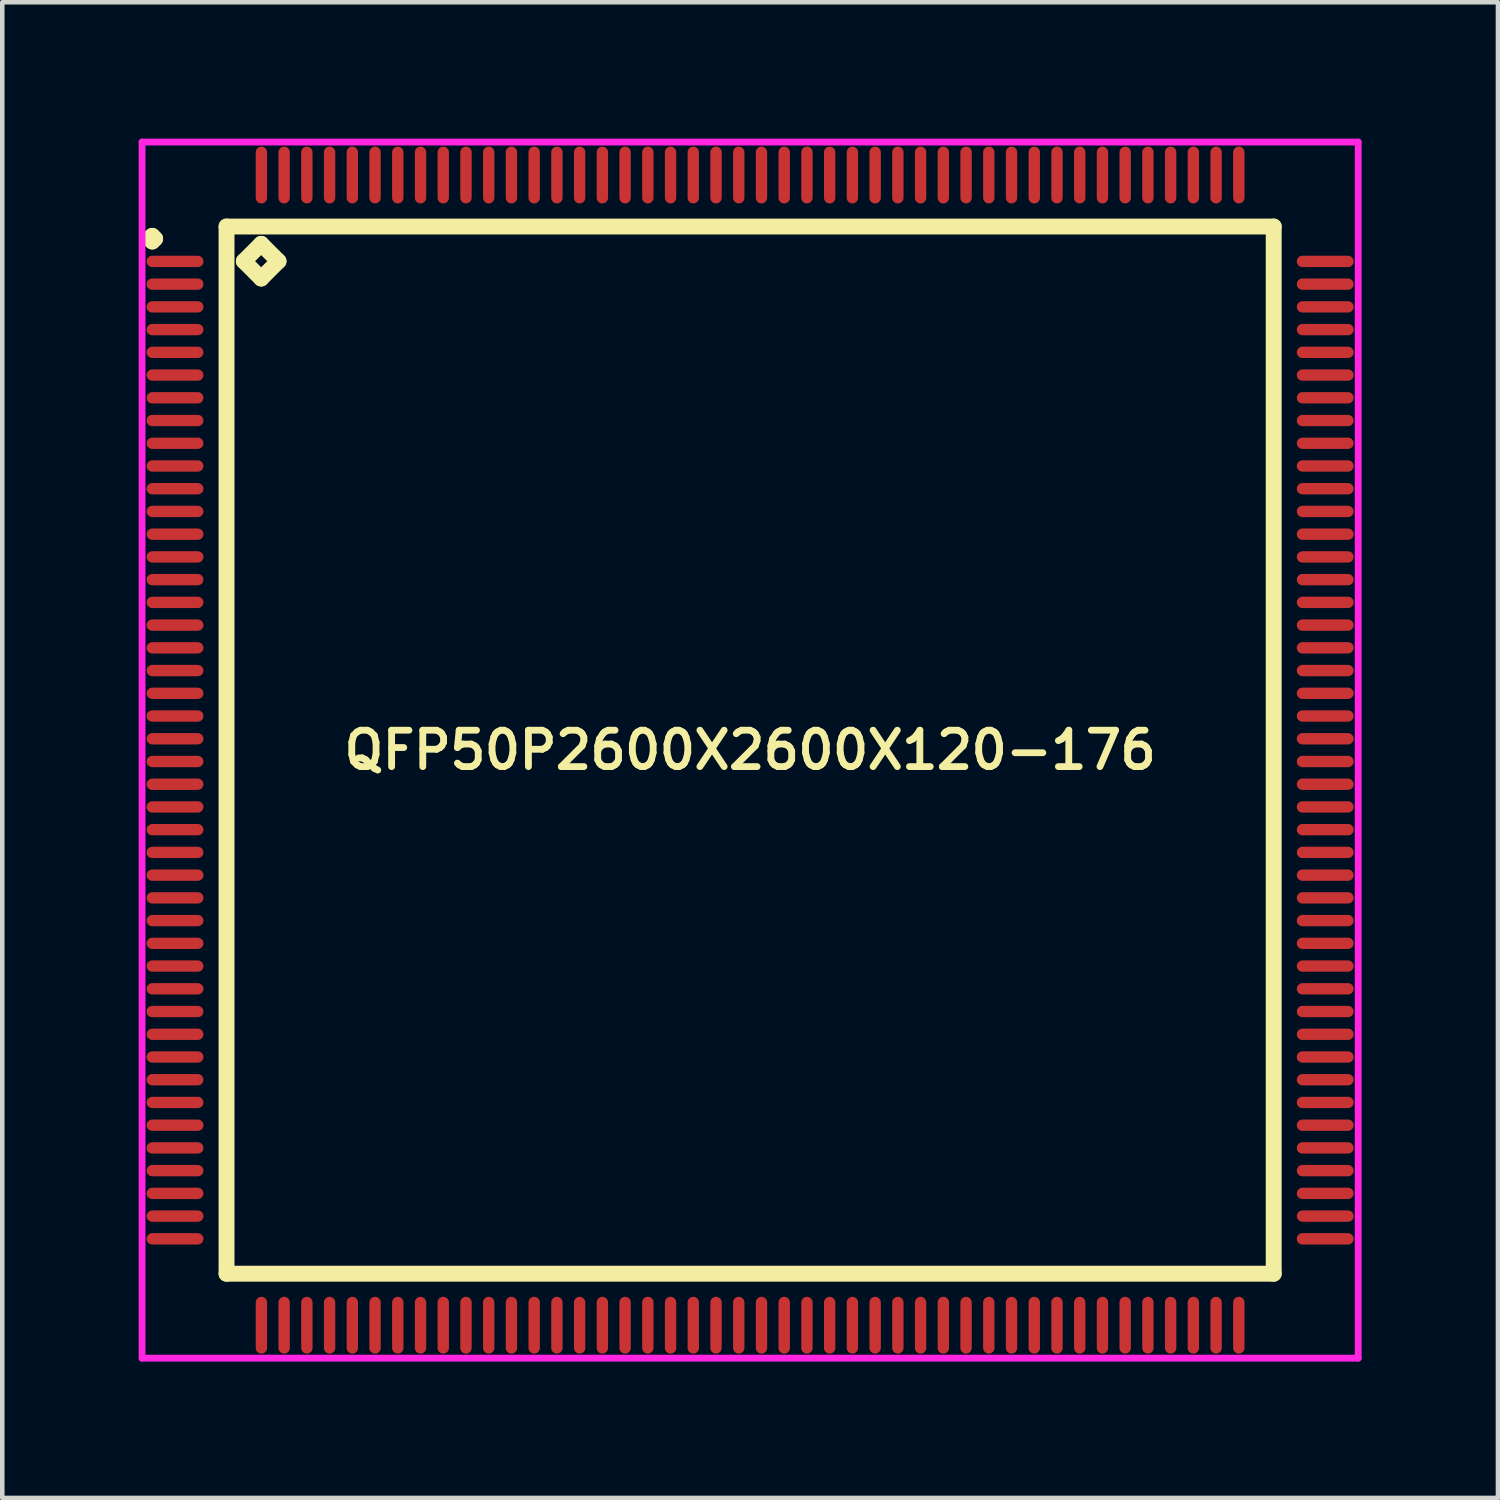
<source format=kicad_pcb>
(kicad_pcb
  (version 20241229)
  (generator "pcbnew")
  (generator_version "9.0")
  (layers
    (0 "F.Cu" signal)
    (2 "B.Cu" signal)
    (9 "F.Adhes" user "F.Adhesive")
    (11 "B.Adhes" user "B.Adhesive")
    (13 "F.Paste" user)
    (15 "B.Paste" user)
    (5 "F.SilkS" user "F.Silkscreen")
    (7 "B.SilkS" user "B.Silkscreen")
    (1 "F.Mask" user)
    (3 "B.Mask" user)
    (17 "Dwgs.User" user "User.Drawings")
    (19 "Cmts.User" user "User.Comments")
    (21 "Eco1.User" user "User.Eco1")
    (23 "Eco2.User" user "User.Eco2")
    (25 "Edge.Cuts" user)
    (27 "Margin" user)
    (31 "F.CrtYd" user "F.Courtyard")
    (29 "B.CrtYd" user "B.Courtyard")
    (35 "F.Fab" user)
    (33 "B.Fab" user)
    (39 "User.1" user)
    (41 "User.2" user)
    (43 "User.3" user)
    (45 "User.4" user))
  (footprint "QFP50P2600X2600X120-176"
    (layer "F.Cu")
    (at 13.45 13.45)
    (property "Reference" "QFP50P2600X2600X120-176" (at 0 0 0) (layer "F.SilkS") (effects (font (size 0.8 0.8) (thickness 0.15))))
    (attr smd)
    (fp_line (start -13.213 -11.25) (end -13.15 -11.312) (stroke (width 0.35) (type solid)) (layer "F.SilkS"))
    (fp_line (start -13.15 -11.312) (end -13.088 -11.25) (stroke (width 0.35) (type solid)) (layer "F.SilkS"))
    (fp_line (start -13.15 -11.188) (end -13.213 -11.25) (stroke (width 0.35) (type solid)) (layer "F.SilkS"))
    (fp_line (start -13.088 -11.25) (end -13.15 -11.188) (stroke (width 0.35) (type solid)) (layer "F.SilkS"))
    (fp_line (start -11.517 -11.517) (end -11.517 11.517) (stroke (width 0.35) (type solid)) (layer "F.SilkS"))
    (fp_line (start -11.517 11.517) (end 11.517 11.517) (stroke (width 0.35) (type solid)) (layer "F.SilkS"))
    (fp_line (start -11.136 -10.755) (end -10.755 -11.136) (stroke (width 0.35) (type solid)) (layer "F.SilkS"))
    (fp_line (start -10.755 -11.136) (end -10.374 -10.755) (stroke (width 0.35) (type solid)) (layer "F.SilkS"))
    (fp_line (start -10.755 -10.374) (end -11.136 -10.755) (stroke (width 0.35) (type solid)) (layer "F.SilkS"))
    (fp_line (start -10.374 -10.755) (end -10.755 -10.374) (stroke (width 0.35) (type solid)) (layer "F.SilkS"))
    (fp_line (start 11.517 -11.517) (end -11.517 -11.517) (stroke (width 0.35) (type solid)) (layer "F.SilkS"))
    (fp_line (start 11.517 11.517) (end 11.517 -11.517) (stroke (width 0.35) (type solid)) (layer "F.SilkS"))
    (fp_line (start -13.375 -13.375) (end 13.375 -13.375) (stroke (width 0.15) (type solid)) (layer "F.CrtYd"))
    (fp_line (start -13.375 13.375) (end -13.375 -13.375) (stroke (width 0.15) (type solid)) (layer "F.CrtYd"))
    (fp_line (start 13.375 -13.375) (end 13.375 13.375) (stroke (width 0.15) (type solid)) (layer "F.CrtYd"))
    (fp_line (start 13.375 13.375) (end -13.375 13.375) (stroke (width 0.15) (type solid)) (layer "F.CrtYd"))
    (pad "1" smd oval (at -12.65 -10.75) (size 1.25 0.25) (layers "F.Cu" "F.Mask" "F.Paste"))
    (pad "2" smd oval (at -12.65 -10.25) (size 1.25 0.25) (layers "F.Cu" "F.Mask" "F.Paste"))
    (pad "3" smd oval (at -12.65 -9.75) (size 1.25 0.25) (layers "F.Cu" "F.Mask" "F.Paste"))
    (pad "4" smd oval (at -12.65 -9.25) (size 1.25 0.25) (layers "F.Cu" "F.Mask" "F.Paste"))
    (pad "5" smd oval (at -12.65 -8.75) (size 1.25 0.25) (layers "F.Cu" "F.Mask" "F.Paste"))
    (pad "6" smd oval (at -12.65 -8.25) (size 1.25 0.25) (layers "F.Cu" "F.Mask" "F.Paste"))
    (pad "7" smd oval (at -12.65 -7.75) (size 1.25 0.25) (layers "F.Cu" "F.Mask" "F.Paste"))
    (pad "8" smd oval (at -12.65 -7.25) (size 1.25 0.25) (layers "F.Cu" "F.Mask" "F.Paste"))
    (pad "9" smd oval (at -12.65 -6.75) (size 1.25 0.25) (layers "F.Cu" "F.Mask" "F.Paste"))
    (pad "10" smd oval (at -12.65 -6.25) (size 1.25 0.25) (layers "F.Cu" "F.Mask" "F.Paste"))
    (pad "11" smd oval (at -12.65 -5.75) (size 1.25 0.25) (layers "F.Cu" "F.Mask" "F.Paste"))
    (pad "12" smd oval (at -12.65 -5.25) (size 1.25 0.25) (layers "F.Cu" "F.Mask" "F.Paste"))
    (pad "13" smd oval (at -12.65 -4.75) (size 1.25 0.25) (layers "F.Cu" "F.Mask" "F.Paste"))
    (pad "14" smd oval (at -12.65 -4.25) (size 1.25 0.25) (layers "F.Cu" "F.Mask" "F.Paste"))
    (pad "15" smd oval (at -12.65 -3.75) (size 1.25 0.25) (layers "F.Cu" "F.Mask" "F.Paste"))
    (pad "16" smd oval (at -12.65 -3.25) (size 1.25 0.25) (layers "F.Cu" "F.Mask" "F.Paste"))
    (pad "17" smd oval (at -12.65 -2.75) (size 1.25 0.25) (layers "F.Cu" "F.Mask" "F.Paste"))
    (pad "18" smd oval (at -12.65 -2.25) (size 1.25 0.25) (layers "F.Cu" "F.Mask" "F.Paste"))
    (pad "19" smd oval (at -12.65 -1.75) (size 1.25 0.25) (layers "F.Cu" "F.Mask" "F.Paste"))
    (pad "20" smd oval (at -12.65 -1.25) (size 1.25 0.25) (layers "F.Cu" "F.Mask" "F.Paste"))
    (pad "21" smd oval (at -12.65 -0.75) (size 1.25 0.25) (layers "F.Cu" "F.Mask" "F.Paste"))
    (pad "22" smd oval (at -12.65 -0.25) (size 1.25 0.25) (layers "F.Cu" "F.Mask" "F.Paste"))
    (pad "23" smd oval (at -12.65 0.25) (size 1.25 0.25) (layers "F.Cu" "F.Mask" "F.Paste"))
    (pad "24" smd oval (at -12.65 0.75) (size 1.25 0.25) (layers "F.Cu" "F.Mask" "F.Paste"))
    (pad "25" smd oval (at -12.65 1.25) (size 1.25 0.25) (layers "F.Cu" "F.Mask" "F.Paste"))
    (pad "26" smd oval (at -12.65 1.75) (size 1.25 0.25) (layers "F.Cu" "F.Mask" "F.Paste"))
    (pad "27" smd oval (at -12.65 2.25) (size 1.25 0.25) (layers "F.Cu" "F.Mask" "F.Paste"))
    (pad "28" smd oval (at -12.65 2.75) (size 1.25 0.25) (layers "F.Cu" "F.Mask" "F.Paste"))
    (pad "29" smd oval (at -12.65 3.25) (size 1.25 0.25) (layers "F.Cu" "F.Mask" "F.Paste"))
    (pad "30" smd oval (at -12.65 3.75) (size 1.25 0.25) (layers "F.Cu" "F.Mask" "F.Paste"))
    (pad "31" smd oval (at -12.65 4.25) (size 1.25 0.25) (layers "F.Cu" "F.Mask" "F.Paste"))
    (pad "32" smd oval (at -12.65 4.75) (size 1.25 0.25) (layers "F.Cu" "F.Mask" "F.Paste"))
    (pad "33" smd oval (at -12.65 5.25) (size 1.25 0.25) (layers "F.Cu" "F.Mask" "F.Paste"))
    (pad "34" smd oval (at -12.65 5.75) (size 1.25 0.25) (layers "F.Cu" "F.Mask" "F.Paste"))
    (pad "35" smd oval (at -12.65 6.25) (size 1.25 0.25) (layers "F.Cu" "F.Mask" "F.Paste"))
    (pad "36" smd oval (at -12.65 6.75) (size 1.25 0.25) (layers "F.Cu" "F.Mask" "F.Paste"))
    (pad "37" smd oval (at -12.65 7.25) (size 1.25 0.25) (layers "F.Cu" "F.Mask" "F.Paste"))
    (pad "38" smd oval (at -12.65 7.75) (size 1.25 0.25) (layers "F.Cu" "F.Mask" "F.Paste"))
    (pad "39" smd oval (at -12.65 8.25) (size 1.25 0.25) (layers "F.Cu" "F.Mask" "F.Paste"))
    (pad "40" smd oval (at -12.65 8.75) (size 1.25 0.25) (layers "F.Cu" "F.Mask" "F.Paste"))
    (pad "41" smd oval (at -12.65 9.25) (size 1.25 0.25) (layers "F.Cu" "F.Mask" "F.Paste"))
    (pad "42" smd oval (at -12.65 9.75) (size 1.25 0.25) (layers "F.Cu" "F.Mask" "F.Paste"))
    (pad "43" smd oval (at -12.65 10.25) (size 1.25 0.25) (layers "F.Cu" "F.Mask" "F.Paste"))
    (pad "44" smd oval (at -12.65 10.75) (size 1.25 0.25) (layers "F.Cu" "F.Mask" "F.Paste"))
    (pad "45" smd oval (at -10.75 12.65) (size 0.25 1.25) (layers "F.Cu" "F.Mask" "F.Paste"))
    (pad "46" smd oval (at -10.25 12.65) (size 0.25 1.25) (layers "F.Cu" "F.Mask" "F.Paste"))
    (pad "47" smd oval (at -9.75 12.65) (size 0.25 1.25) (layers "F.Cu" "F.Mask" "F.Paste"))
    (pad "48" smd oval (at -9.25 12.65) (size 0.25 1.25) (layers "F.Cu" "F.Mask" "F.Paste"))
    (pad "49" smd oval (at -8.75 12.65) (size 0.25 1.25) (layers "F.Cu" "F.Mask" "F.Paste"))
    (pad "50" smd oval (at -8.25 12.65) (size 0.25 1.25) (layers "F.Cu" "F.Mask" "F.Paste"))
    (pad "51" smd oval (at -7.75 12.65) (size 0.25 1.25) (layers "F.Cu" "F.Mask" "F.Paste"))
    (pad "52" smd oval (at -7.25 12.65) (size 0.25 1.25) (layers "F.Cu" "F.Mask" "F.Paste"))
    (pad "53" smd oval (at -6.75 12.65) (size 0.25 1.25) (layers "F.Cu" "F.Mask" "F.Paste"))
    (pad "54" smd oval (at -6.25 12.65) (size 0.25 1.25) (layers "F.Cu" "F.Mask" "F.Paste"))
    (pad "55" smd oval (at -5.75 12.65) (size 0.25 1.25) (layers "F.Cu" "F.Mask" "F.Paste"))
    (pad "56" smd oval (at -5.25 12.65) (size 0.25 1.25) (layers "F.Cu" "F.Mask" "F.Paste"))
    (pad "57" smd oval (at -4.75 12.65) (size 0.25 1.25) (layers "F.Cu" "F.Mask" "F.Paste"))
    (pad "58" smd oval (at -4.25 12.65) (size 0.25 1.25) (layers "F.Cu" "F.Mask" "F.Paste"))
    (pad "59" smd oval (at -3.75 12.65) (size 0.25 1.25) (layers "F.Cu" "F.Mask" "F.Paste"))
    (pad "60" smd oval (at -3.25 12.65) (size 0.25 1.25) (layers "F.Cu" "F.Mask" "F.Paste"))
    (pad "61" smd oval (at -2.75 12.65) (size 0.25 1.25) (layers "F.Cu" "F.Mask" "F.Paste"))
    (pad "62" smd oval (at -2.25 12.65) (size 0.25 1.25) (layers "F.Cu" "F.Mask" "F.Paste"))
    (pad "63" smd oval (at -1.75 12.65) (size 0.25 1.25) (layers "F.Cu" "F.Mask" "F.Paste"))
    (pad "64" smd oval (at -1.25 12.65) (size 0.25 1.25) (layers "F.Cu" "F.Mask" "F.Paste"))
    (pad "65" smd oval (at -0.75 12.65) (size 0.25 1.25) (layers "F.Cu" "F.Mask" "F.Paste"))
    (pad "66" smd oval (at -0.25 12.65) (size 0.25 1.25) (layers "F.Cu" "F.Mask" "F.Paste"))
    (pad "67" smd oval (at 0.25 12.65) (size 0.25 1.25) (layers "F.Cu" "F.Mask" "F.Paste"))
    (pad "68" smd oval (at 0.75 12.65) (size 0.25 1.25) (layers "F.Cu" "F.Mask" "F.Paste"))
    (pad "69" smd oval (at 1.25 12.65) (size 0.25 1.25) (layers "F.Cu" "F.Mask" "F.Paste"))
    (pad "70" smd oval (at 1.75 12.65) (size 0.25 1.25) (layers "F.Cu" "F.Mask" "F.Paste"))
    (pad "71" smd oval (at 2.25 12.65) (size 0.25 1.25) (layers "F.Cu" "F.Mask" "F.Paste"))
    (pad "72" smd oval (at 2.75 12.65) (size 0.25 1.25) (layers "F.Cu" "F.Mask" "F.Paste"))
    (pad "73" smd oval (at 3.25 12.65) (size 0.25 1.25) (layers "F.Cu" "F.Mask" "F.Paste"))
    (pad "74" smd oval (at 3.75 12.65) (size 0.25 1.25) (layers "F.Cu" "F.Mask" "F.Paste"))
    (pad "75" smd oval (at 4.25 12.65) (size 0.25 1.25) (layers "F.Cu" "F.Mask" "F.Paste"))
    (pad "76" smd oval (at 4.75 12.65) (size 0.25 1.25) (layers "F.Cu" "F.Mask" "F.Paste"))
    (pad "77" smd oval (at 5.25 12.65) (size 0.25 1.25) (layers "F.Cu" "F.Mask" "F.Paste"))
    (pad "78" smd oval (at 5.75 12.65) (size 0.25 1.25) (layers "F.Cu" "F.Mask" "F.Paste"))
    (pad "79" smd oval (at 6.25 12.65) (size 0.25 1.25) (layers "F.Cu" "F.Mask" "F.Paste"))
    (pad "80" smd oval (at 6.75 12.65) (size 0.25 1.25) (layers "F.Cu" "F.Mask" "F.Paste"))
    (pad "81" smd oval (at 7.25 12.65) (size 0.25 1.25) (layers "F.Cu" "F.Mask" "F.Paste"))
    (pad "82" smd oval (at 7.75 12.65) (size 0.25 1.25) (layers "F.Cu" "F.Mask" "F.Paste"))
    (pad "83" smd oval (at 8.25 12.65) (size 0.25 1.25) (layers "F.Cu" "F.Mask" "F.Paste"))
    (pad "84" smd oval (at 8.75 12.65) (size 0.25 1.25) (layers "F.Cu" "F.Mask" "F.Paste"))
    (pad "85" smd oval (at 9.25 12.65) (size 0.25 1.25) (layers "F.Cu" "F.Mask" "F.Paste"))
    (pad "86" smd oval (at 9.75 12.65) (size 0.25 1.25) (layers "F.Cu" "F.Mask" "F.Paste"))
    (pad "87" smd oval (at 10.25 12.65) (size 0.25 1.25) (layers "F.Cu" "F.Mask" "F.Paste"))
    (pad "88" smd oval (at 10.75 12.65) (size 0.25 1.25) (layers "F.Cu" "F.Mask" "F.Paste"))
    (pad "89" smd oval (at 12.65 10.75) (size 1.25 0.25) (layers "F.Cu" "F.Mask" "F.Paste"))
    (pad "90" smd oval (at 12.65 10.25) (size 1.25 0.25) (layers "F.Cu" "F.Mask" "F.Paste"))
    (pad "91" smd oval (at 12.65 9.75) (size 1.25 0.25) (layers "F.Cu" "F.Mask" "F.Paste"))
    (pad "92" smd oval (at 12.65 9.25) (size 1.25 0.25) (layers "F.Cu" "F.Mask" "F.Paste"))
    (pad "93" smd oval (at 12.65 8.75) (size 1.25 0.25) (layers "F.Cu" "F.Mask" "F.Paste"))
    (pad "94" smd oval (at 12.65 8.25) (size 1.25 0.25) (layers "F.Cu" "F.Mask" "F.Paste"))
    (pad "95" smd oval (at 12.65 7.75) (size 1.25 0.25) (layers "F.Cu" "F.Mask" "F.Paste"))
    (pad "96" smd oval (at 12.65 7.25) (size 1.25 0.25) (layers "F.Cu" "F.Mask" "F.Paste"))
    (pad "97" smd oval (at 12.65 6.75) (size 1.25 0.25) (layers "F.Cu" "F.Mask" "F.Paste"))
    (pad "98" smd oval (at 12.65 6.25) (size 1.25 0.25) (layers "F.Cu" "F.Mask" "F.Paste"))
    (pad "99" smd oval (at 12.65 5.75) (size 1.25 0.25) (layers "F.Cu" "F.Mask" "F.Paste"))
    (pad "100" smd oval (at 12.65 5.25) (size 1.25 0.25) (layers "F.Cu" "F.Mask" "F.Paste"))
    (pad "101" smd oval (at 12.65 4.75) (size 1.25 0.25) (layers "F.Cu" "F.Mask" "F.Paste"))
    (pad "102" smd oval (at 12.65 4.25) (size 1.25 0.25) (layers "F.Cu" "F.Mask" "F.Paste"))
    (pad "103" smd oval (at 12.65 3.75) (size 1.25 0.25) (layers "F.Cu" "F.Mask" "F.Paste"))
    (pad "104" smd oval (at 12.65 3.25) (size 1.25 0.25) (layers "F.Cu" "F.Mask" "F.Paste"))
    (pad "105" smd oval (at 12.65 2.75) (size 1.25 0.25) (layers "F.Cu" "F.Mask" "F.Paste"))
    (pad "106" smd oval (at 12.65 2.25) (size 1.25 0.25) (layers "F.Cu" "F.Mask" "F.Paste"))
    (pad "107" smd oval (at 12.65 1.75) (size 1.25 0.25) (layers "F.Cu" "F.Mask" "F.Paste"))
    (pad "108" smd oval (at 12.65 1.25) (size 1.25 0.25) (layers "F.Cu" "F.Mask" "F.Paste"))
    (pad "109" smd oval (at 12.65 0.75) (size 1.25 0.25) (layers "F.Cu" "F.Mask" "F.Paste"))
    (pad "110" smd oval (at 12.65 0.25) (size 1.25 0.25) (layers "F.Cu" "F.Mask" "F.Paste"))
    (pad "111" smd oval (at 12.65 -0.25) (size 1.25 0.25) (layers "F.Cu" "F.Mask" "F.Paste"))
    (pad "112" smd oval (at 12.65 -0.75) (size 1.25 0.25) (layers "F.Cu" "F.Mask" "F.Paste"))
    (pad "113" smd oval (at 12.65 -1.25) (size 1.25 0.25) (layers "F.Cu" "F.Mask" "F.Paste"))
    (pad "114" smd oval (at 12.65 -1.75) (size 1.25 0.25) (layers "F.Cu" "F.Mask" "F.Paste"))
    (pad "115" smd oval (at 12.65 -2.25) (size 1.25 0.25) (layers "F.Cu" "F.Mask" "F.Paste"))
    (pad "116" smd oval (at 12.65 -2.75) (size 1.25 0.25) (layers "F.Cu" "F.Mask" "F.Paste"))
    (pad "117" smd oval (at 12.65 -3.25) (size 1.25 0.25) (layers "F.Cu" "F.Mask" "F.Paste"))
    (pad "118" smd oval (at 12.65 -3.75) (size 1.25 0.25) (layers "F.Cu" "F.Mask" "F.Paste"))
    (pad "119" smd oval (at 12.65 -4.25) (size 1.25 0.25) (layers "F.Cu" "F.Mask" "F.Paste"))
    (pad "120" smd oval (at 12.65 -4.75) (size 1.25 0.25) (layers "F.Cu" "F.Mask" "F.Paste"))
    (pad "121" smd oval (at 12.65 -5.25) (size 1.25 0.25) (layers "F.Cu" "F.Mask" "F.Paste"))
    (pad "122" smd oval (at 12.65 -5.75) (size 1.25 0.25) (layers "F.Cu" "F.Mask" "F.Paste"))
    (pad "123" smd oval (at 12.65 -6.25) (size 1.25 0.25) (layers "F.Cu" "F.Mask" "F.Paste"))
    (pad "124" smd oval (at 12.65 -6.75) (size 1.25 0.25) (layers "F.Cu" "F.Mask" "F.Paste"))
    (pad "125" smd oval (at 12.65 -7.25) (size 1.25 0.25) (layers "F.Cu" "F.Mask" "F.Paste"))
    (pad "126" smd oval (at 12.65 -7.75) (size 1.25 0.25) (layers "F.Cu" "F.Mask" "F.Paste"))
    (pad "127" smd oval (at 12.65 -8.25) (size 1.25 0.25) (layers "F.Cu" "F.Mask" "F.Paste"))
    (pad "128" smd oval (at 12.65 -8.75) (size 1.25 0.25) (layers "F.Cu" "F.Mask" "F.Paste"))
    (pad "129" smd oval (at 12.65 -9.25) (size 1.25 0.25) (layers "F.Cu" "F.Mask" "F.Paste"))
    (pad "130" smd oval (at 12.65 -9.75) (size 1.25 0.25) (layers "F.Cu" "F.Mask" "F.Paste"))
    (pad "131" smd oval (at 12.65 -10.25) (size 1.25 0.25) (layers "F.Cu" "F.Mask" "F.Paste"))
    (pad "132" smd oval (at 12.65 -10.75) (size 1.25 0.25) (layers "F.Cu" "F.Mask" "F.Paste"))
    (pad "133" smd oval (at 10.75 -12.65) (size 0.25 1.25) (layers "F.Cu" "F.Mask" "F.Paste"))
    (pad "134" smd oval (at 10.25 -12.65) (size 0.25 1.25) (layers "F.Cu" "F.Mask" "F.Paste"))
    (pad "135" smd oval (at 9.75 -12.65) (size 0.25 1.25) (layers "F.Cu" "F.Mask" "F.Paste"))
    (pad "136" smd oval (at 9.25 -12.65) (size 0.25 1.25) (layers "F.Cu" "F.Mask" "F.Paste"))
    (pad "137" smd oval (at 8.75 -12.65) (size 0.25 1.25) (layers "F.Cu" "F.Mask" "F.Paste"))
    (pad "138" smd oval (at 8.25 -12.65) (size 0.25 1.25) (layers "F.Cu" "F.Mask" "F.Paste"))
    (pad "139" smd oval (at 7.75 -12.65) (size 0.25 1.25) (layers "F.Cu" "F.Mask" "F.Paste"))
    (pad "140" smd oval (at 7.25 -12.65) (size 0.25 1.25) (layers "F.Cu" "F.Mask" "F.Paste"))
    (pad "141" smd oval (at 6.75 -12.65) (size 0.25 1.25) (layers "F.Cu" "F.Mask" "F.Paste"))
    (pad "142" smd oval (at 6.25 -12.65) (size 0.25 1.25) (layers "F.Cu" "F.Mask" "F.Paste"))
    (pad "143" smd oval (at 5.75 -12.65) (size 0.25 1.25) (layers "F.Cu" "F.Mask" "F.Paste"))
    (pad "144" smd oval (at 5.25 -12.65) (size 0.25 1.25) (layers "F.Cu" "F.Mask" "F.Paste"))
    (pad "145" smd oval (at 4.75 -12.65) (size 0.25 1.25) (layers "F.Cu" "F.Mask" "F.Paste"))
    (pad "146" smd oval (at 4.25 -12.65) (size 0.25 1.25) (layers "F.Cu" "F.Mask" "F.Paste"))
    (pad "147" smd oval (at 3.75 -12.65) (size 0.25 1.25) (layers "F.Cu" "F.Mask" "F.Paste"))
    (pad "148" smd oval (at 3.25 -12.65) (size 0.25 1.25) (layers "F.Cu" "F.Mask" "F.Paste"))
    (pad "149" smd oval (at 2.75 -12.65) (size 0.25 1.25) (layers "F.Cu" "F.Mask" "F.Paste"))
    (pad "150" smd oval (at 2.25 -12.65) (size 0.25 1.25) (layers "F.Cu" "F.Mask" "F.Paste"))
    (pad "151" smd oval (at 1.75 -12.65) (size 0.25 1.25) (layers "F.Cu" "F.Mask" "F.Paste"))
    (pad "152" smd oval (at 1.25 -12.65) (size 0.25 1.25) (layers "F.Cu" "F.Mask" "F.Paste"))
    (pad "153" smd oval (at 0.75 -12.65) (size 0.25 1.25) (layers "F.Cu" "F.Mask" "F.Paste"))
    (pad "154" smd oval (at 0.25 -12.65) (size 0.25 1.25) (layers "F.Cu" "F.Mask" "F.Paste"))
    (pad "155" smd oval (at -0.25 -12.65) (size 0.25 1.25) (layers "F.Cu" "F.Mask" "F.Paste"))
    (pad "156" smd oval (at -0.75 -12.65) (size 0.25 1.25) (layers "F.Cu" "F.Mask" "F.Paste"))
    (pad "157" smd oval (at -1.25 -12.65) (size 0.25 1.25) (layers "F.Cu" "F.Mask" "F.Paste"))
    (pad "158" smd oval (at -1.75 -12.65) (size 0.25 1.25) (layers "F.Cu" "F.Mask" "F.Paste"))
    (pad "159" smd oval (at -2.25 -12.65) (size 0.25 1.25) (layers "F.Cu" "F.Mask" "F.Paste"))
    (pad "160" smd oval (at -2.75 -12.65) (size 0.25 1.25) (layers "F.Cu" "F.Mask" "F.Paste"))
    (pad "161" smd oval (at -3.25 -12.65) (size 0.25 1.25) (layers "F.Cu" "F.Mask" "F.Paste"))
    (pad "162" smd oval (at -3.75 -12.65) (size 0.25 1.25) (layers "F.Cu" "F.Mask" "F.Paste"))
    (pad "163" smd oval (at -4.25 -12.65) (size 0.25 1.25) (layers "F.Cu" "F.Mask" "F.Paste"))
    (pad "164" smd oval (at -4.75 -12.65) (size 0.25 1.25) (layers "F.Cu" "F.Mask" "F.Paste"))
    (pad "165" smd oval (at -5.25 -12.65) (size 0.25 1.25) (layers "F.Cu" "F.Mask" "F.Paste"))
    (pad "166" smd oval (at -5.75 -12.65) (size 0.25 1.25) (layers "F.Cu" "F.Mask" "F.Paste"))
    (pad "167" smd oval (at -6.25 -12.65) (size 0.25 1.25) (layers "F.Cu" "F.Mask" "F.Paste"))
    (pad "168" smd oval (at -6.75 -12.65) (size 0.25 1.25) (layers "F.Cu" "F.Mask" "F.Paste"))
    (pad "169" smd oval (at -7.25 -12.65) (size 0.25 1.25) (layers "F.Cu" "F.Mask" "F.Paste"))
    (pad "170" smd oval (at -7.75 -12.65) (size 0.25 1.25) (layers "F.Cu" "F.Mask" "F.Paste"))
    (pad "171" smd oval (at -8.25 -12.65) (size 0.25 1.25) (layers "F.Cu" "F.Mask" "F.Paste"))
    (pad "172" smd oval (at -8.75 -12.65) (size 0.25 1.25) (layers "F.Cu" "F.Mask" "F.Paste"))
    (pad "173" smd oval (at -9.25 -12.65) (size 0.25 1.25) (layers "F.Cu" "F.Mask" "F.Paste"))
    (pad "174" smd oval (at -9.75 -12.65) (size 0.25 1.25) (layers "F.Cu" "F.Mask" "F.Paste"))
    (pad "175" smd oval (at -10.25 -12.65) (size 0.25 1.25) (layers "F.Cu" "F.Mask" "F.Paste"))
    (pad "176" smd oval (at -10.75 -12.65) (size 0.25 1.25) (layers "F.Cu" "F.Mask" "F.Paste")))
  (gr_rect
    (start -3 -3)
    (end 29.9 29.9)
    (stroke (width 0.1) (type default))
    (fill no)
    (layer "Edge.Cuts")))
</source>
